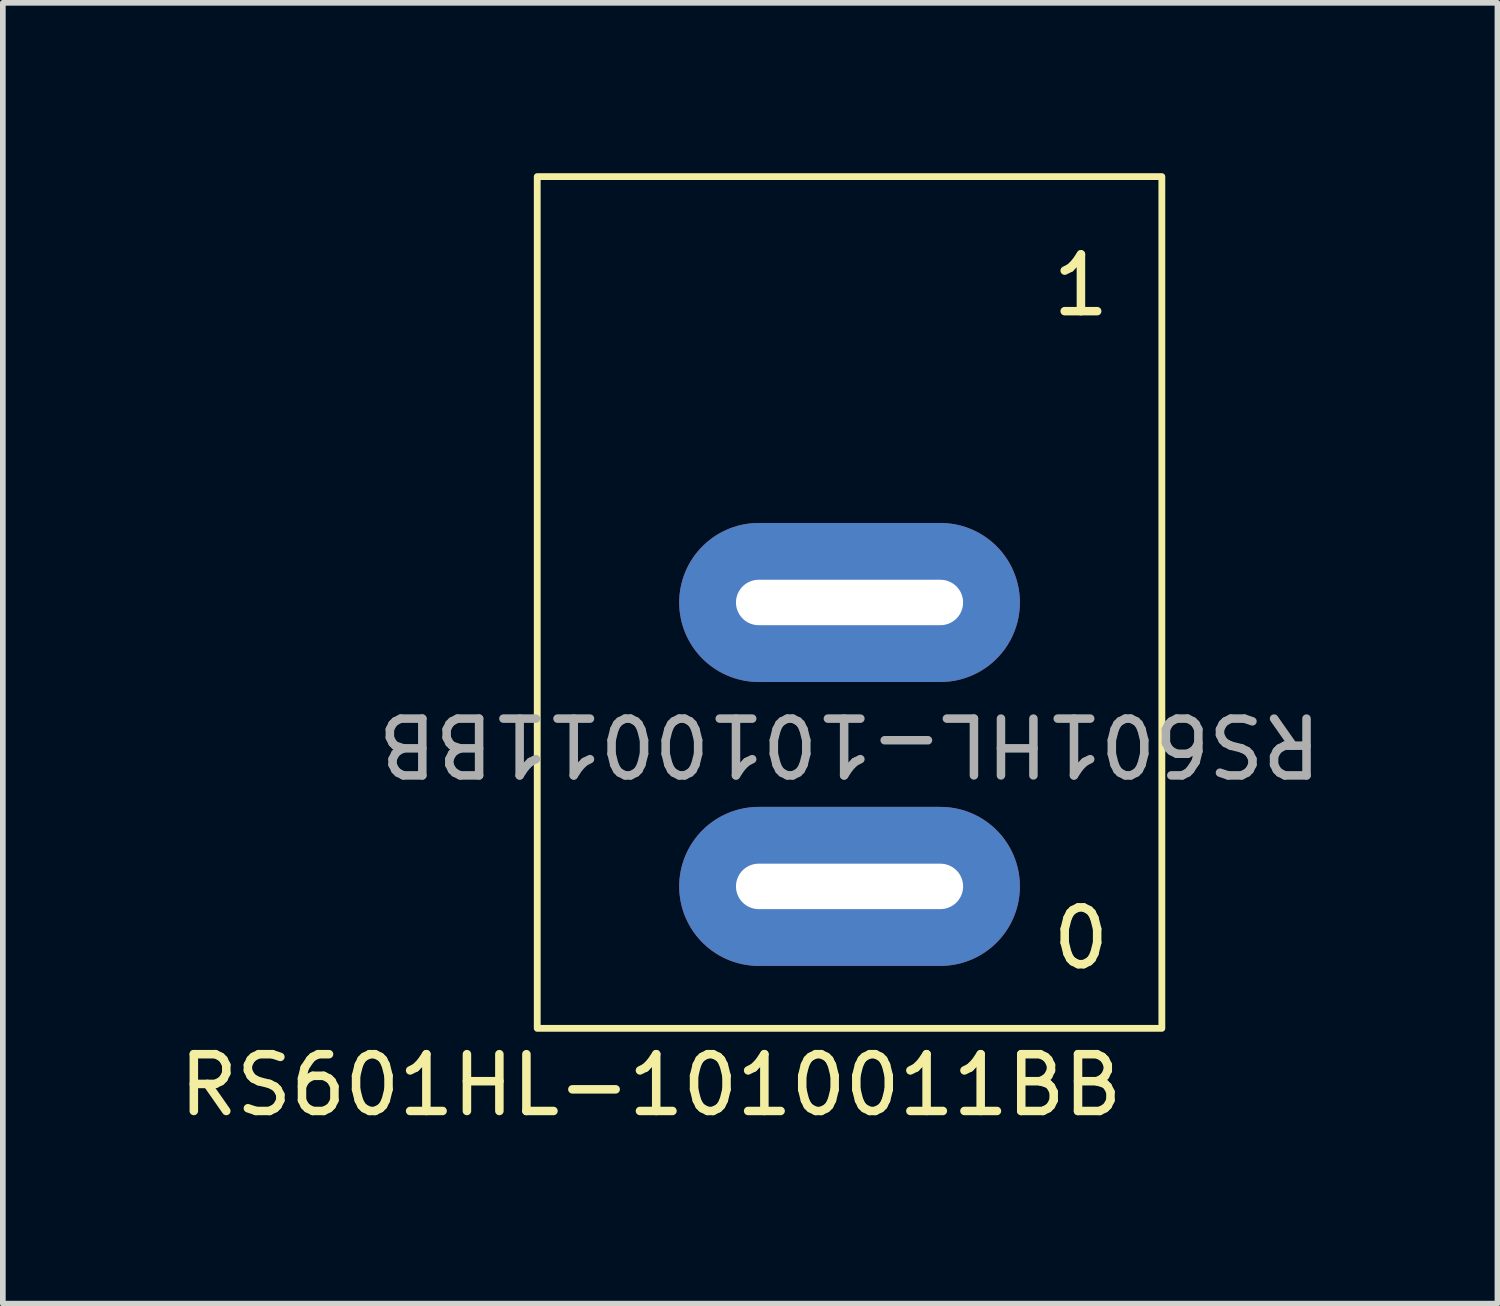
<source format=kicad_pcb>
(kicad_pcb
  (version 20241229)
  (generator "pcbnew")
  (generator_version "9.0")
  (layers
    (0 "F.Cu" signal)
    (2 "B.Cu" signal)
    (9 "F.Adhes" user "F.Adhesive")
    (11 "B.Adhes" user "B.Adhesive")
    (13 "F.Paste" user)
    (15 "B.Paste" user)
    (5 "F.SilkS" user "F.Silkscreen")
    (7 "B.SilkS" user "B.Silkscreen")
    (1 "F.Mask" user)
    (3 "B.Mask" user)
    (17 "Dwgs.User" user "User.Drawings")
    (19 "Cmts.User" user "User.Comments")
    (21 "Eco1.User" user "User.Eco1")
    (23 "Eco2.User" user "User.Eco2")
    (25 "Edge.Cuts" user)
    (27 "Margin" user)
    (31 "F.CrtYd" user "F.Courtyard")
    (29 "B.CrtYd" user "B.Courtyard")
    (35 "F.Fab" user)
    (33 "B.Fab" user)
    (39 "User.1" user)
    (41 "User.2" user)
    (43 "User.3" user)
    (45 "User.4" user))
  (footprint "RS601HL-1010011BB"
    (layer "F.Cu")
    (at 11.911 12.56)
    (property "Reference" "RS601HL-1010011BB" (at -3.5 3.5 0) (unlocked yes) (layer "F.SilkS") (effects (font (size 1 1) (thickness 0.15))))
    (attr through_hole)
    (fp_rect (start 5.5 2.5) (end -5.5 -12.5) (stroke (width 0.12) (type default)) (fill no) (layer "F.SilkS"))
    (fp_text user "0" (at 3.5 1.5 0) (unlocked yes) (layer "F.SilkS") (effects (font (size 1 1) (thickness 0.15)) (justify left bottom)))
    (fp_text user "1" (at 3.5 -10 0) (unlocked yes) (layer "F.SilkS") (effects (font (size 1 1) (thickness 0.15)) (justify left bottom)))
    (fp_text user "${REFERENCE}" (at 0 -2.5 180) (unlocked yes) (layer "F.Fab") (effects (font (size 1 1) (thickness 0.15))))
    (pad "1" thru_hole oval (at 0 0 180) (size 6 2.8) (drill oval 4 0.8) (layers "*.Cu" "*.Mask"))
    (pad "2" thru_hole oval (at 0 -5 180) (size 6 2.8) (drill oval 4 0.8) (layers "*.Cu" "*.Mask")))
  (gr_rect
    (start -3 -3)
    (end 23.321 19.908)
    (stroke (width 0.1) (type default))
    (fill no)
    (layer "Edge.Cuts")))
</source>
